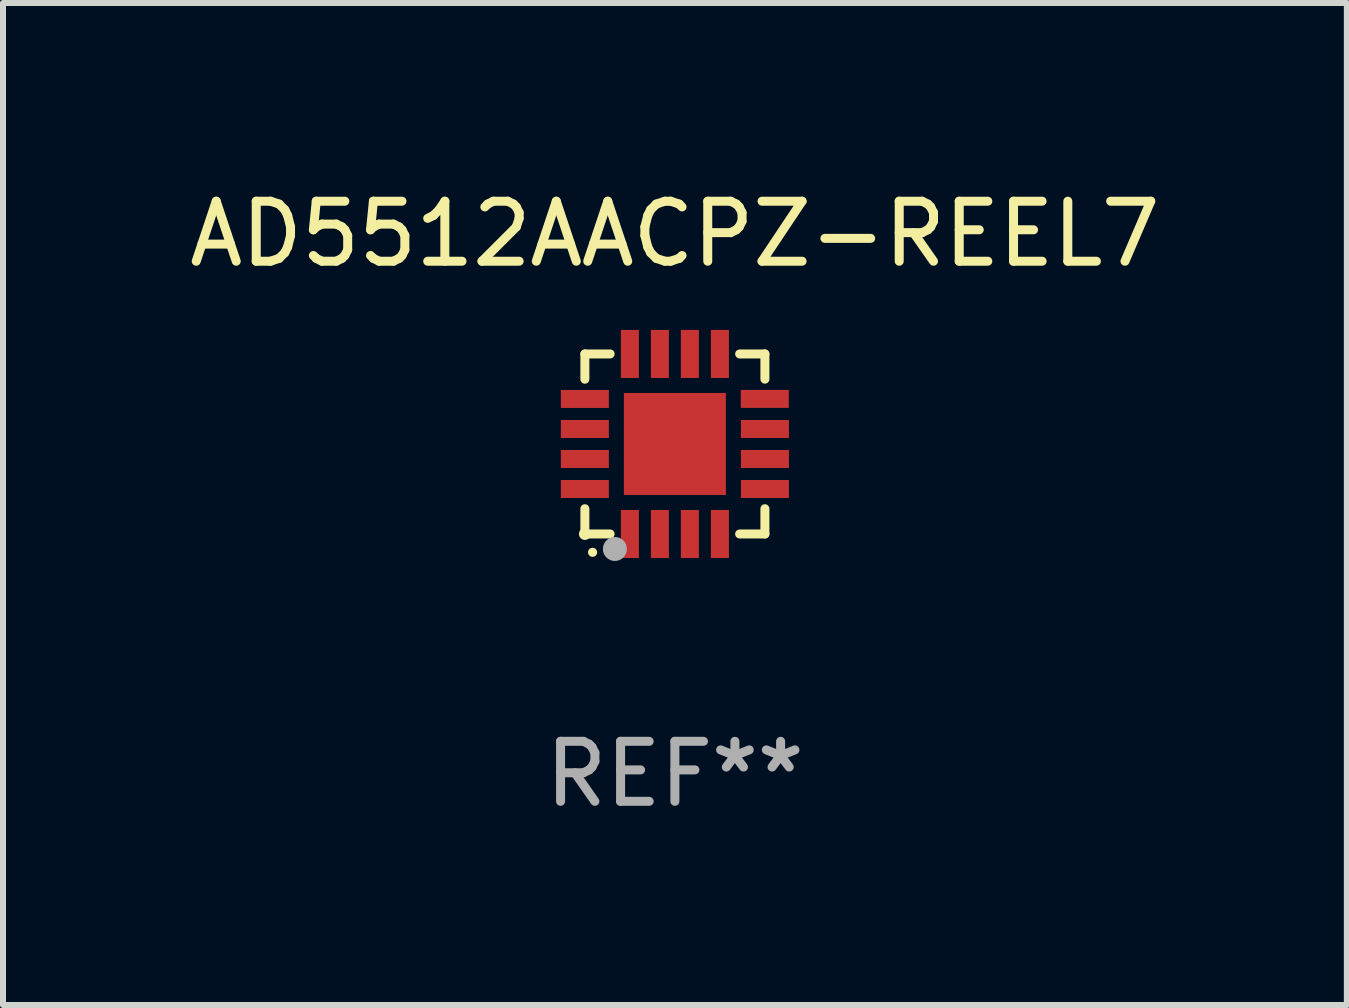
<source format=kicad_pcb>
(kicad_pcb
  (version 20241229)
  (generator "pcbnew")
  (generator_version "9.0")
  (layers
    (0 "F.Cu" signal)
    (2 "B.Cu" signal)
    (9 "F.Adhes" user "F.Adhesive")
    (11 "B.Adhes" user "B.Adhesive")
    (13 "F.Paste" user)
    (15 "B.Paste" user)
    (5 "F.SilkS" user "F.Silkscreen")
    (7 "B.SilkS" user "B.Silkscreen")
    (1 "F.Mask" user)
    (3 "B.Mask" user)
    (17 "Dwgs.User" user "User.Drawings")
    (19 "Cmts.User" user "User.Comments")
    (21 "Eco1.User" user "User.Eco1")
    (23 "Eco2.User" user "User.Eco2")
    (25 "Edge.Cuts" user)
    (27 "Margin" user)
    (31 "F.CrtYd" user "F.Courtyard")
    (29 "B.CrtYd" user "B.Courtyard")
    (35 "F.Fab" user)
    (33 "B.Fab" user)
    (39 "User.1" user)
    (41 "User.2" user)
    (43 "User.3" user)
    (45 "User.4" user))
  (footprint "AD5512AACPZ-REEL7"
    (layer "F.Cu")
    (at 8.196 4.348)
    (property "Reference" "AD5512AACPZ-REEL7" (at 0 -3.5 0) (layer "F.SilkS") (effects (font (size 1 1) (thickness 0.15))))
    (attr through_hole)
    (fp_line (start -1.5 -1.5) (end -1.079 -1.5) (stroke (width 0.15) (type solid)) (layer "F.SilkS"))
    (fp_line (start -1.5 -1.079) (end -1.5 -1.5) (stroke (width 0.15) (type solid)) (layer "F.SilkS"))
    (fp_line (start -1.5 1.5) (end -1.5 1.079) (stroke (width 0.15) (type solid)) (layer "F.SilkS"))
    (fp_line (start -1.5 1.5) (end -1.079 1.5) (stroke (width 0.15) (type solid)) (layer "F.SilkS"))
    (fp_line (start 1.079 -1.5) (end 1.5 -1.5) (stroke (width 0.15) (type solid)) (layer "F.SilkS"))
    (fp_line (start 1.079 1.5) (end 1.5 1.5) (stroke (width 0.15) (type solid)) (layer "F.SilkS"))
    (fp_line (start 1.5 -1.08) (end 1.5 -1.5) (stroke (width 0.15) (type solid)) (layer "F.SilkS"))
    (fp_line (start 1.5 1.5) (end 1.5 1.079) (stroke (width 0.15) (type solid)) (layer "F.SilkS"))
    (fp_arc (start -1.372885 1.805398) (mid -1.371615 1.805392) (end -1.370345 1.805398) (stroke (width 0.150114) (type solid)) (layer "F.SilkS"))
    (fp_circle (center -1.5 1.5) (end -1.45 1.5) (stroke (width 0.1) (type solid)) (fill no) (layer "F.SilkS"))
    (fp_circle (center -1 1.75) (end -0.9 1.75) (stroke (width 0.2) (type solid)) (fill no) (layer "F.Fab"))
    (fp_text user "REF**" (at 0 5.5 0) (layer "F.Fab") (effects (font (size 1 1) (thickness 0.15))))
    (pad "1" smd rect (at -0.75 1.5 180) (size 0.3 0.8) (layers "F.Cu" "F.Mask" "F.Paste"))
    (pad "2" smd rect (at -0.25 1.5 180) (size 0.3 0.8) (layers "F.Cu" "F.Mask" "F.Paste"))
    (pad "3" smd rect (at 0.25 1.5 180) (size 0.3 0.8) (layers "F.Cu" "F.Mask" "F.Paste"))
    (pad "4" smd rect (at 0.75 1.5 180) (size 0.3 0.8) (layers "F.Cu" "F.Mask" "F.Paste"))
    (pad "5" smd rect (at 1.5 0.75 90) (size 0.3 0.8) (layers "F.Cu" "F.Mask" "F.Paste"))
    (pad "6" smd rect (at 1.5 0.25 90) (size 0.3 0.8) (layers "F.Cu" "F.Mask" "F.Paste"))
    (pad "7" smd rect (at 1.5 -0.25 90) (size 0.3 0.8) (layers "F.Cu" "F.Mask" "F.Paste"))
    (pad "8" smd rect (at 1.498 -0.751 90) (size 0.3 0.8) (layers "F.Cu" "F.Mask" "F.Paste"))
    (pad "9" smd rect (at 0.75 -1.5 180) (size 0.3 0.8) (layers "F.Cu" "F.Mask" "F.Paste"))
    (pad "10" smd rect (at 0.25 -1.5 180) (size 0.3 0.8) (layers "F.Cu" "F.Mask" "F.Paste"))
    (pad "11" smd rect (at -0.25 -1.5 180) (size 0.3 0.8) (layers "F.Cu" "F.Mask" "F.Paste"))
    (pad "12" smd rect (at -0.75 -1.5 180) (size 0.3 0.8) (layers "F.Cu" "F.Mask" "F.Paste"))
    (pad "13" smd rect (at -1.5 -0.75 90) (size 0.3 0.8) (layers "F.Cu" "F.Mask" "F.Paste"))
    (pad "14" smd rect (at -1.5 -0.25 90) (size 0.3 0.8) (layers "F.Cu" "F.Mask" "F.Paste"))
    (pad "15" smd rect (at -1.5 0.25 90) (size 0.3 0.8) (layers "F.Cu" "F.Mask" "F.Paste"))
    (pad "16" smd rect (at -1.5 0.75 90) (size 0.3 0.8) (layers "F.Cu" "F.Mask" "F.Paste"))
    (pad "17" smd rect (at -0.000114 0.00014 180) (size 1.7 1.7) (layers "F.Cu" "F.Mask" "F.Paste")))
  (gr_rect
    (start -3 -3)
    (end 19.393 13.697)
    (stroke (width 0.1) (type default))
    (fill no)
    (layer "Edge.Cuts")))
</source>
